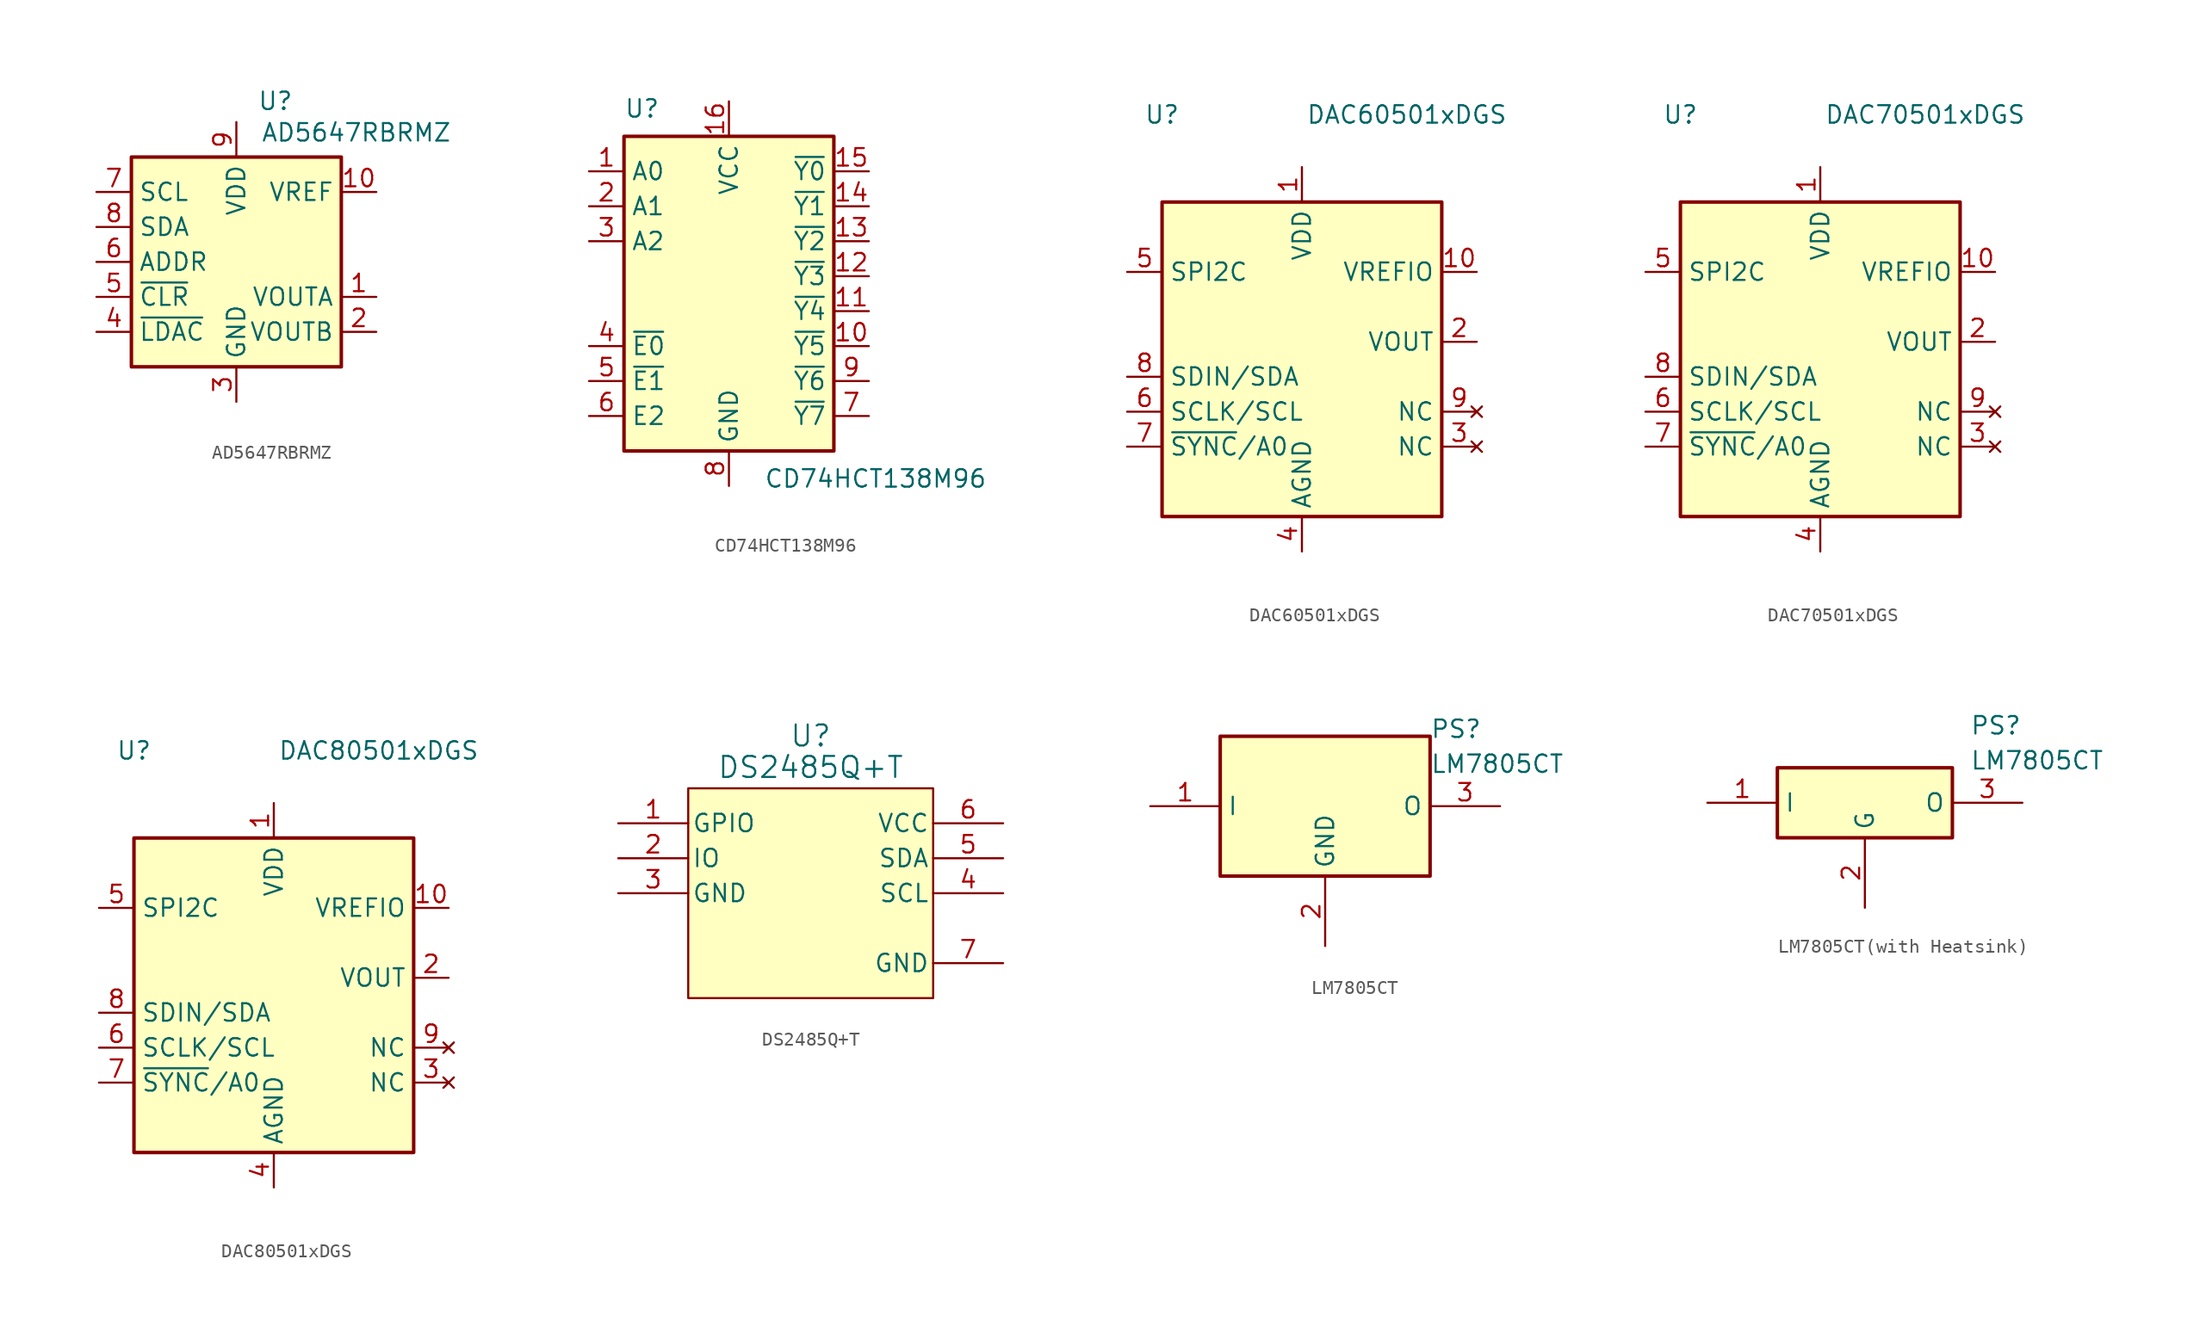
<source format=kicad_sym>
(kicad_symbol_lib
  (version 20241209)
  (generator "kicad_symbol_editor")
  (generator_version "9.0")
  (symbol "AD5647RBRMZ"
    (property "Reference" "U"
      (at 1.524 11.684 0)
      (effects (font (size 1.27 1.27)) (justify left)))
    (property "Value" "AD5647RBRMZ"
      (at 1.778 9.398 0)
      (effects (font (size 1.27 1.27)) (justify left)))
    (symbol "AD5647RBRMZ_0_1"
      (rectangle (start -7.62 7.62) (end 7.62 -7.62) (stroke (width 0.254) (type default)) (fill (type background))))
    (symbol "AD5647RBRMZ_1_1"
      (pin input line (at -10.16 5.08 0) (length 2.54) (name "SCL" (effects (font (size 1.27 1.27)))) (number "7" (effects (font (size 1.27 1.27)))))
      (pin bidirectional line (at -10.16 2.54 0) (length 2.54) (name "SDA" (effects (font (size 1.27 1.27)))) (number "8" (effects (font (size 1.27 1.27)))))
      (pin input line (at -10.16 0 0) (length 2.54) (name "ADDR" (effects (font (size 1.27 1.27)))) (number "6" (effects (font (size 1.27 1.27)))))
      (pin input line (at -10.16 -2.54 0) (length 2.54) (name "~{CLR}" (effects (font (size 1.27 1.27)))) (number "5" (effects (font (size 1.27 1.27)))))
      (pin input line (at -10.16 -5.08 0) (length 2.54) (name "~{LDAC}" (effects (font (size 1.27 1.27)))) (number "4" (effects (font (size 1.27 1.27)))))
      (pin power_in line (at 0 10.16 270) (length 2.54) (name "VDD" (effects (font (size 1.27 1.27)))) (number "9" (effects (font (size 1.27 1.27)))))
      (pin power_in line (at 0 -10.16 90) (length 2.54) (name "GND" (effects (font (size 1.27 1.27)))) (number "3" (effects (font (size 1.27 1.27)))))
      (pin passive line (at 10.16 5.08 180) (length 2.54) (name "VREF" (effects (font (size 1.27 1.27)))) (number "10" (effects (font (size 1.27 1.27)))))
      (pin output line (at 10.16 -2.54 180) (length 2.54) (name "VOUTA" (effects (font (size 1.27 1.27)))) (number "1" (effects (font (size 1.27 1.27)))))
      (pin output line (at 10.16 -5.08 180) (length 2.54) (name "VOUTB" (effects (font (size 1.27 1.27)))) (number "2" (effects (font (size 1.27 1.27)))))))
  (symbol "CD74HCT138M96"
    (property "Reference" "U"
      (at -7.62 13.97 0)
      (effects (font (size 1.27 1.27)) (justify left bottom)))
    (property "Value" "CD74HCT138M96"
      (at 2.54 -11.43 0)
      (effects (font (size 1.27 1.27)) (justify left top)))
    (symbol "CD74HCT138M96_0_1"
      (rectangle (start -7.62 12.7) (end 7.62 -10.16) (stroke (width 0.254) (type default)) (fill (type background))))
    (symbol "CD74HCT138M96_1_1"
      (pin input line (at -10.16 10.16 0) (length 2.54) (name "A0" (effects (font (size 1.27 1.27)))) (number "1" (effects (font (size 1.27 1.27)))))
      (pin input line (at -10.16 7.62 0) (length 2.54) (name "A1" (effects (font (size 1.27 1.27)))) (number "2" (effects (font (size 1.27 1.27)))))
      (pin input line (at -10.16 5.08 0) (length 2.54) (name "A2" (effects (font (size 1.27 1.27)))) (number "3" (effects (font (size 1.27 1.27)))))
      (pin input line (at -10.16 -2.54 0) (length 2.54) (name "~{E0}" (effects (font (size 1.27 1.27)))) (number "4" (effects (font (size 1.27 1.27)))))
      (pin input line (at -10.16 -5.08 0) (length 2.54) (name "~{E1}" (effects (font (size 1.27 1.27)))) (number "5" (effects (font (size 1.27 1.27)))))
      (pin input line (at -10.16 -7.62 0) (length 2.54) (name "E2" (effects (font (size 1.27 1.27)))) (number "6" (effects (font (size 1.27 1.27)))))
      (pin power_in line (at 0 15.24 270) (length 2.54) (name "VCC" (effects (font (size 1.27 1.27)))) (number "16" (effects (font (size 1.27 1.27)))))
      (pin power_in line (at 0 -12.7 90) (length 2.54) (name "GND" (effects (font (size 1.27 1.27)))) (number "8" (effects (font (size 1.27 1.27)))))
      (pin output line (at 10.16 10.16 180) (length 2.54) (name "~{Y0}" (effects (font (size 1.27 1.27)))) (number "15" (effects (font (size 1.27 1.27)))))
      (pin output line (at 10.16 7.62 180) (length 2.54) (name "~{Y1}" (effects (font (size 1.27 1.27)))) (number "14" (effects (font (size 1.27 1.27)))))
      (pin output line (at 10.16 5.08 180) (length 2.54) (name "~{Y2}" (effects (font (size 1.27 1.27)))) (number "13" (effects (font (size 1.27 1.27)))))
      (pin output line (at 10.16 2.54 180) (length 2.54) (name "~{Y3}" (effects (font (size 1.27 1.27)))) (number "12" (effects (font (size 1.27 1.27)))))
      (pin output line (at 10.16 0 180) (length 2.54) (name "~{Y4}" (effects (font (size 1.27 1.27)))) (number "11" (effects (font (size 1.27 1.27)))))
      (pin output line (at 10.16 -2.54 180) (length 2.54) (name "~{Y5}" (effects (font (size 1.27 1.27)))) (number "10" (effects (font (size 1.27 1.27)))))
      (pin output line (at 10.16 -5.08 180) (length 2.54) (name "~{Y6}" (effects (font (size 1.27 1.27)))) (number "9" (effects (font (size 1.27 1.27)))))
      (pin output line (at 10.16 -7.62 180) (length 2.54) (name "~{Y7}" (effects (font (size 1.27 1.27)))) (number "7" (effects (font (size 1.27 1.27)))))))
  (symbol "DAC60501xDGS"
    (property "Reference" "U"
      (at -10.16 16.51 0)
      (effects (font (size 1.27 1.27))))
    (property "Value" "DAC60501xDGS"
      (at 7.62 16.51 0)
      (effects (font (size 1.27 1.27))))
    (symbol "DAC60501xDGS_0_0"
      (pin input line (at -12.7 5.08 0) (length 2.54) (name "SPI2C" (effects (font (size 1.27 1.27)))) (number "5" (effects (font (size 1.27 1.27)))))
      (pin bidirectional line (at -12.7 -2.54 0) (length 2.54) (name "SDIN/SDA" (effects (font (size 1.27 1.27)))) (number "8" (effects (font (size 1.27 1.27)))))
      (pin input line (at -12.7 -7.62 0) (length 2.54) (name "~{SYNC}/A0" (effects (font (size 1.27 1.27)))) (number "7" (effects (font (size 1.27 1.27)))))
      (pin power_in line (at 0 12.7 270) (length 2.54) (name "VDD" (effects (font (size 1.27 1.27)))) (number "1" (effects (font (size 1.27 1.27)))))
      (pin power_in line (at 0 -15.24 90) (length 2.54) (name "AGND" (effects (font (size 1.27 1.27)))) (number "4" (effects (font (size 1.27 1.27)))))
      (pin bidirectional line (at 12.7 5.08 180) (length 2.54) (name "VREFIO" (effects (font (size 1.27 1.27)))) (number "10" (effects (font (size 1.27 1.27))))))
    (symbol "DAC60501xDGS_1_0"
      (pin input line (at -12.7 -5.08 0) (length 2.54) (name "SCLK/SCL" (effects (font (size 1.27 1.27)))) (number "6" (effects (font (size 1.27 1.27)))))
      (pin output line (at 12.7 0 180) (length 2.54) (name "VOUT" (effects (font (size 1.27 1.27)))) (number "2" (effects (font (size 1.27 1.27)))))
      (pin no_connect line (at 12.7 -5.08 180) (length 2.54) (name "NC" (effects (font (size 1.27 1.27)))) (number "9" (effects (font (size 1.27 1.27)))))
      (pin no_connect line (at 12.7 -7.62 180) (length 2.54) (name "NC" (effects (font (size 1.27 1.27)))) (number "3" (effects (font (size 1.27 1.27))))))
    (symbol "DAC60501xDGS_1_1"
      (rectangle (start -10.16 10.16) (end 10.16 -12.7) (stroke (width 0.254) (type default)) (fill (type background)))))
  (symbol "DAC70501xDGS"
    (property "Reference" "U"
      (at -10.16 16.51 0)
      (effects (font (size 1.27 1.27))))
    (property "Value" "DAC70501xDGS"
      (at 7.62 16.51 0)
      (effects (font (size 1.27 1.27))))
    (symbol "DAC70501xDGS_0_0"
      (pin input line (at -12.7 5.08 0) (length 2.54) (name "SPI2C" (effects (font (size 1.27 1.27)))) (number "5" (effects (font (size 1.27 1.27)))))
      (pin bidirectional line (at -12.7 -2.54 0) (length 2.54) (name "SDIN/SDA" (effects (font (size 1.27 1.27)))) (number "8" (effects (font (size 1.27 1.27)))))
      (pin input line (at -12.7 -7.62 0) (length 2.54) (name "~{SYNC}/A0" (effects (font (size 1.27 1.27)))) (number "7" (effects (font (size 1.27 1.27)))))
      (pin power_in line (at 0 12.7 270) (length 2.54) (name "VDD" (effects (font (size 1.27 1.27)))) (number "1" (effects (font (size 1.27 1.27)))))
      (pin power_in line (at 0 -15.24 90) (length 2.54) (name "AGND" (effects (font (size 1.27 1.27)))) (number "4" (effects (font (size 1.27 1.27)))))
      (pin bidirectional line (at 12.7 5.08 180) (length 2.54) (name "VREFIO" (effects (font (size 1.27 1.27)))) (number "10" (effects (font (size 1.27 1.27))))))
    (symbol "DAC70501xDGS_1_0"
      (pin input line (at -12.7 -5.08 0) (length 2.54) (name "SCLK/SCL" (effects (font (size 1.27 1.27)))) (number "6" (effects (font (size 1.27 1.27)))))
      (pin output line (at 12.7 0 180) (length 2.54) (name "VOUT" (effects (font (size 1.27 1.27)))) (number "2" (effects (font (size 1.27 1.27)))))
      (pin no_connect line (at 12.7 -5.08 180) (length 2.54) (name "NC" (effects (font (size 1.27 1.27)))) (number "9" (effects (font (size 1.27 1.27)))))
      (pin no_connect line (at 12.7 -7.62 180) (length 2.54) (name "NC" (effects (font (size 1.27 1.27)))) (number "3" (effects (font (size 1.27 1.27))))))
    (symbol "DAC70501xDGS_1_1"
      (rectangle (start -10.16 10.16) (end 10.16 -12.7) (stroke (width 0.254) (type default)) (fill (type background)))))
  (symbol "DAC80501xDGS"
    (property "Reference" "U"
      (at -10.16 16.51 0)
      (effects (font (size 1.27 1.27))))
    (property "Value" "DAC80501xDGS"
      (at 7.62 16.51 0)
      (effects (font (size 1.27 1.27))))
    (symbol "DAC80501xDGS_0_0"
      (pin input line (at -12.7 5.08 0) (length 2.54) (name "SPI2C" (effects (font (size 1.27 1.27)))) (number "5" (effects (font (size 1.27 1.27)))))
      (pin bidirectional line (at -12.7 -2.54 0) (length 2.54) (name "SDIN/SDA" (effects (font (size 1.27 1.27)))) (number "8" (effects (font (size 1.27 1.27)))))
      (pin input line (at -12.7 -7.62 0) (length 2.54) (name "~{SYNC}/A0" (effects (font (size 1.27 1.27)))) (number "7" (effects (font (size 1.27 1.27)))))
      (pin power_in line (at 0 12.7 270) (length 2.54) (name "VDD" (effects (font (size 1.27 1.27)))) (number "1" (effects (font (size 1.27 1.27)))))
      (pin power_in line (at 0 -15.24 90) (length 2.54) (name "AGND" (effects (font (size 1.27 1.27)))) (number "4" (effects (font (size 1.27 1.27)))))
      (pin bidirectional line (at 12.7 5.08 180) (length 2.54) (name "VREFIO" (effects (font (size 1.27 1.27)))) (number "10" (effects (font (size 1.27 1.27))))))
    (symbol "DAC80501xDGS_1_0"
      (pin input line (at -12.7 -5.08 0) (length 2.54) (name "SCLK/SCL" (effects (font (size 1.27 1.27)))) (number "6" (effects (font (size 1.27 1.27)))))
      (pin output line (at 12.7 0 180) (length 2.54) (name "VOUT" (effects (font (size 1.27 1.27)))) (number "2" (effects (font (size 1.27 1.27)))))
      (pin no_connect line (at 12.7 -5.08 180) (length 2.54) (name "NC" (effects (font (size 1.27 1.27)))) (number "9" (effects (font (size 1.27 1.27)))))
      (pin no_connect line (at 12.7 -7.62 180) (length 2.54) (name "NC" (effects (font (size 1.27 1.27)))) (number "3" (effects (font (size 1.27 1.27))))))
    (symbol "DAC80501xDGS_1_1"
      (rectangle (start -10.16 10.16) (end 10.16 -12.7) (stroke (width 0.254) (type default)) (fill (type background)))))
  (symbol "DS2485Q+T"
    (pin_names
      (offset 0.254))
    (property "Reference" "U"
      (at 13.97 6.35 0)
      (effects (font (size 1.524 1.524))))
    (property "Value" "DS2485Q+T"
      (at 13.97 4.064 0)
      (effects (font (size 1.524 1.524))))
    (symbol "DS2485Q+T_1_1"
      (rectangle (start 5.08 2.54) (end 22.86 -12.7) (stroke (width 0) (type solid)) (fill (type color) (color 255 255 194 1)))
      (pin bidirectional line (at 0 0 0) (length 5.08) (name "GPIO" (effects (font (size 1.27 1.27)))) (number "1" (effects (font (size 1.27 1.27)))))
      (pin bidirectional line (at 0 -2.54 0) (length 5.08) (name "IO" (effects (font (size 1.27 1.27)))) (number "2" (effects (font (size 1.27 1.27)))))
      (pin power_out line (at 0 -5.08 0) (length 5.08) (name "GND" (effects (font (size 1.27 1.27)))) (number "3" (effects (font (size 1.27 1.27)))))
      (pin power_in line (at 27.94 0 180) (length 5.08) (name "VCC" (effects (font (size 1.27 1.27)))) (number "6" (effects (font (size 1.27 1.27)))))
      (pin bidirectional line (at 27.94 -2.54 180) (length 5.08) (name "SDA" (effects (font (size 1.27 1.27)))) (number "5" (effects (font (size 1.27 1.27)))))
      (pin input line (at 27.94 -5.08 180) (length 5.08) (name "SCL" (effects (font (size 1.27 1.27)))) (number "4" (effects (font (size 1.27 1.27)))))
      (pin power_out line (at 27.94 -10.16 180) (length 5.08) (name "GND" (effects (font (size 1.27 1.27)))) (number "7" (effects (font (size 1.27 1.27)))))))
  (symbol "LM7805CT"
    (property "Reference" "PS"
      (at 20.32 6.35 0)
      (effects (font (size 1.27 1.27)) (justify left top)))
    (property "Value" "LM7805CT"
      (at 20.32 3.81 0)
      (effects (font (size 1.27 1.27)) (justify left top)))
    (symbol "LM7805CT_1_1"
      (rectangle (start 5.08 5.08) (end 20.32 -5.08) (stroke (width 0.254) (type default)) (fill (type background)))
      (pin passive line (at 0 0 0) (length 5.08) (name "I" (effects (font (size 1.27 1.27)))) (number "1" (effects (font (size 1.27 1.27)))))
      (pin passive line (at 12.7 -10.16 90) (length 5.08) (name "GND" (effects (font (size 1.27 1.27)))) (number "2" (effects (font (size 1.27 1.27)))))
      (pin passive line (at 25.4 0 180) (length 5.08) (name "O" (effects (font (size 1.27 1.27)))) (number "3" (effects (font (size 1.27 1.27)))))))
  (symbol "LM7805CT(with Heatsink)"
    (property "Reference" "PS"
      (at 19.05 6.35 0)
      (effects (font (size 1.27 1.27)) (justify left top)))
    (property "Value" "LM7805CT"
      (at 19.05 3.81 0)
      (effects (font (size 1.27 1.27)) (justify left top)))
    (symbol "LM7805CT(with Heatsink)_1_1"
      (rectangle (start 5.08 2.54) (end 17.78 -2.54) (stroke (width 0.254) (type default)) (fill (type background)))
      (pin passive line (at 0 0 0) (length 5.08) (name "I" (effects (font (size 1.27 1.27)))) (number "1" (effects (font (size 1.27 1.27)))))
      (pin passive line (at 11.43 -7.62 90) (length 5.08) (name "G" (effects (font (size 1.27 1.27)))) (number "2" (effects (font (size 1.27 1.27)))))
      (pin passive line (at 22.86 0 180) (length 5.08) (name "O" (effects (font (size 1.27 1.27)))) (number "3" (effects (font (size 1.27 1.27))))))))
</source>
